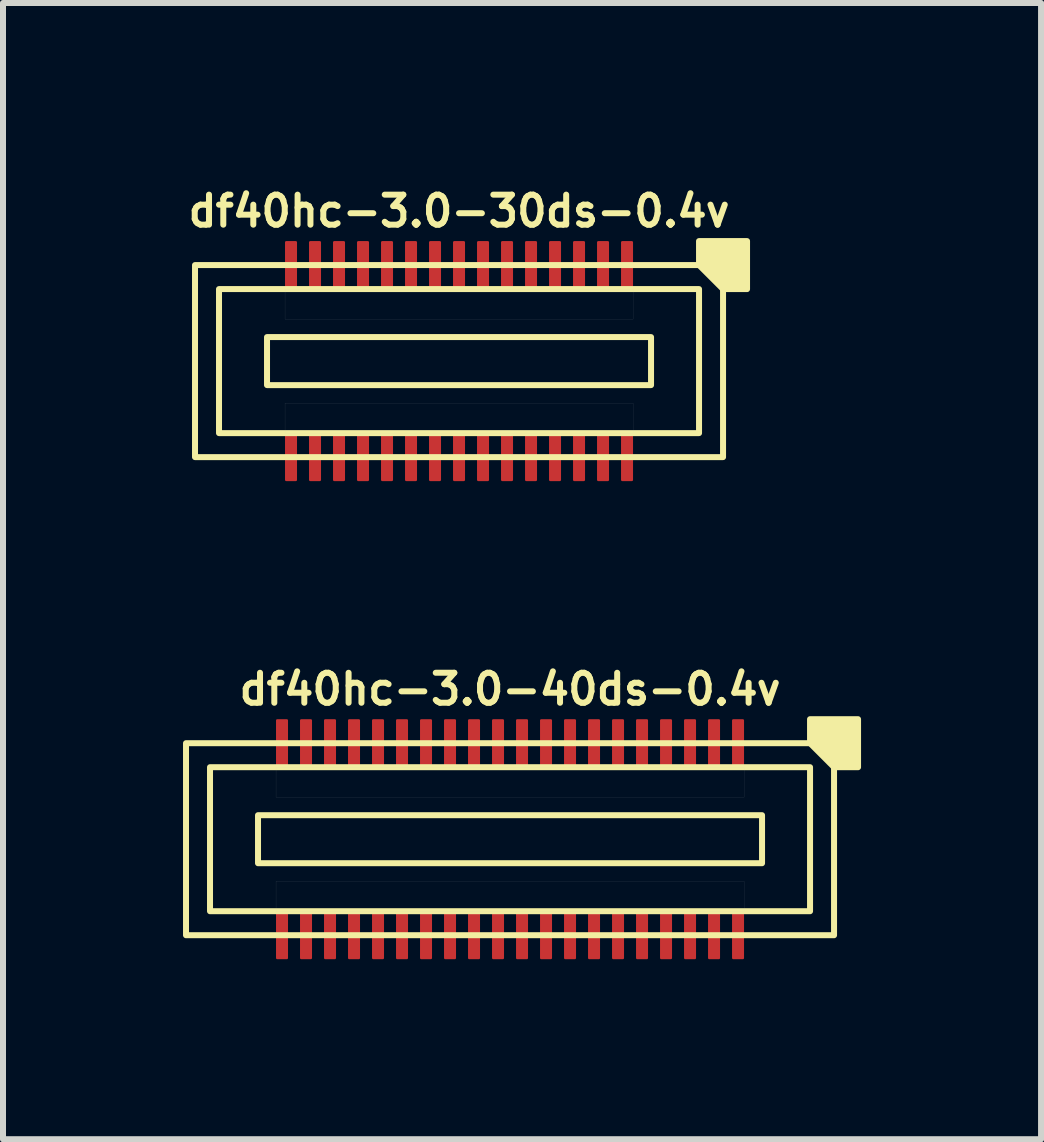
<source format=kicad_pcb>
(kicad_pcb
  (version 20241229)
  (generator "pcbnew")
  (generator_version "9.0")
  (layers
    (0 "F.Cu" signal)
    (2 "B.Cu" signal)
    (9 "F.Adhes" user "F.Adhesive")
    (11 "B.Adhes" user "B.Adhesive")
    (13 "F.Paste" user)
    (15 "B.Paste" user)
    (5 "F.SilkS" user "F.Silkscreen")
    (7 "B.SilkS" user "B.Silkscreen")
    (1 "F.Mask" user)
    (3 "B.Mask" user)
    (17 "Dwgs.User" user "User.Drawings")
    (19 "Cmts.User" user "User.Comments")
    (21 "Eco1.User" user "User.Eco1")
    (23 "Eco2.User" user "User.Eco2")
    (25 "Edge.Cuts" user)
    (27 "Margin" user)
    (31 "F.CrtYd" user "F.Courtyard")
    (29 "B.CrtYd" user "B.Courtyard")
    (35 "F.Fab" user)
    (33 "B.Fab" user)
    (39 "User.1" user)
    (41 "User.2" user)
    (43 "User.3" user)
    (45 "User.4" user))
  (footprint "df40hc-3.0-30ds-0.4v"
    (layer "F.Cu")
    (at 4.6 2.968)
    (property "Reference" "df40hc-3.0-30ds-0.4v" (at 0 -2.5 180) (layer "F.SilkS") (effects (font (size 0.5 0.5) (thickness 0.1))))
    (attr smd)
    (fp_rect (start -3.2 -0.4) (end 3.2 0.4) (stroke (width 0.1) (type default)) (fill no) (layer "F.SilkS"))
    (fp_rect (start 4 -1.2) (end -4 1.2) (stroke (width 0.1) (type default)) (fill no) (layer "F.SilkS"))
    (fp_rect (start 4.4 -1.6) (end -4.4 1.6) (stroke (width 0.1) (type default)) (fill no) (layer "F.SilkS"))
    (fp_poly (pts (xy 4 -1.6) (xy 4 -2) (xy 4.8 -2) (xy 4.8 -1.2) (xy 4.4 -1.2)) (stroke (width 0.1) (type solid)) (fill yes) (layer "F.SilkS"))
    (fp_poly (pts (xy -2.9 -1.2) (xy 2.9 -1.2) (xy 2.9 -0.7) (xy -2.9 -0.7)) (stroke (width 0.001) (type solid)) (fill no) (layer "Dwgs.User"))
    (fp_poly (pts (xy -2.9 0.7) (xy 2.9 0.7) (xy 2.9 1.2) (xy -2.9 1.2)) (stroke (width 0.001) (type solid)) (fill no) (layer "Dwgs.User"))
    (pad "1" smd roundrect (at 2.8 -1.6) (size 0.2 0.8) (layers "F.Cu" "F.Mask" "F.Paste") (roundrect_rratio 0.1))
    (pad "2" smd roundrect (at 2.8 1.6) (size 0.2 0.8) (layers "F.Cu" "F.Mask" "F.Paste") (roundrect_rratio 0.1))
    (pad "3" smd roundrect (at 2.4 -1.6) (size 0.2 0.8) (layers "F.Cu" "F.Mask" "F.Paste") (roundrect_rratio 0.1))
    (pad "4" smd roundrect (at 2.4 1.6) (size 0.2 0.8) (layers "F.Cu" "F.Mask" "F.Paste") (roundrect_rratio 0.1))
    (pad "5" smd roundrect (at 2 -1.6) (size 0.2 0.8) (layers "F.Cu" "F.Mask" "F.Paste") (roundrect_rratio 0.1))
    (pad "6" smd roundrect (at 2 1.6) (size 0.2 0.8) (layers "F.Cu" "F.Mask" "F.Paste") (roundrect_rratio 0.1))
    (pad "7" smd roundrect (at 1.6 -1.6) (size 0.2 0.8) (layers "F.Cu" "F.Mask" "F.Paste") (roundrect_rratio 0.1))
    (pad "8" smd roundrect (at 1.6 1.6) (size 0.2 0.8) (layers "F.Cu" "F.Mask" "F.Paste") (roundrect_rratio 0.1))
    (pad "9" smd roundrect (at 1.2 -1.6) (size 0.2 0.8) (layers "F.Cu" "F.Mask" "F.Paste") (roundrect_rratio 0.1))
    (pad "10" smd roundrect (at 1.2 1.6) (size 0.2 0.8) (layers "F.Cu" "F.Mask" "F.Paste") (roundrect_rratio 0.1))
    (pad "11" smd roundrect (at 0.8 -1.6) (size 0.2 0.8) (layers "F.Cu" "F.Mask" "F.Paste") (roundrect_rratio 0.1))
    (pad "12" smd roundrect (at 0.8 1.6) (size 0.2 0.8) (layers "F.Cu" "F.Mask" "F.Paste") (roundrect_rratio 0.1))
    (pad "13" smd roundrect (at 0.4 -1.6) (size 0.2 0.8) (layers "F.Cu" "F.Mask" "F.Paste") (roundrect_rratio 0.1))
    (pad "14" smd roundrect (at 0.4 1.6) (size 0.2 0.8) (layers "F.Cu" "F.Mask" "F.Paste") (roundrect_rratio 0.1))
    (pad "15" smd roundrect (at 0 -1.6) (size 0.2 0.8) (layers "F.Cu" "F.Mask" "F.Paste") (roundrect_rratio 0.1))
    (pad "16" smd roundrect (at 0 1.6) (size 0.2 0.8) (layers "F.Cu" "F.Mask" "F.Paste") (roundrect_rratio 0.1))
    (pad "17" smd roundrect (at -0.4 -1.6) (size 0.2 0.8) (layers "F.Cu" "F.Mask" "F.Paste") (roundrect_rratio 0.1))
    (pad "18" smd roundrect (at -0.4 1.6) (size 0.2 0.8) (layers "F.Cu" "F.Mask" "F.Paste") (roundrect_rratio 0.1))
    (pad "19" smd roundrect (at -0.8 -1.6) (size 0.2 0.8) (layers "F.Cu" "F.Mask" "F.Paste") (roundrect_rratio 0.1))
    (pad "20" smd roundrect (at -0.8 1.6) (size 0.2 0.8) (layers "F.Cu" "F.Mask" "F.Paste") (roundrect_rratio 0.1))
    (pad "21" smd roundrect (at -1.2 -1.6) (size 0.2 0.8) (layers "F.Cu" "F.Mask" "F.Paste") (roundrect_rratio 0.1))
    (pad "22" smd roundrect (at -1.2 1.6) (size 0.2 0.8) (layers "F.Cu" "F.Mask" "F.Paste") (roundrect_rratio 0.1))
    (pad "23" smd roundrect (at -1.6 -1.6) (size 0.2 0.8) (layers "F.Cu" "F.Mask" "F.Paste") (roundrect_rratio 0.1))
    (pad "24" smd roundrect (at -1.6 1.6) (size 0.2 0.8) (layers "F.Cu" "F.Mask" "F.Paste") (roundrect_rratio 0.1))
    (pad "25" smd roundrect (at -2 -1.6) (size 0.2 0.8) (layers "F.Cu" "F.Mask" "F.Paste") (roundrect_rratio 0.1))
    (pad "26" smd roundrect (at -2 1.6) (size 0.2 0.8) (layers "F.Cu" "F.Mask" "F.Paste") (roundrect_rratio 0.1))
    (pad "27" smd roundrect (at -2.4 -1.6) (size 0.2 0.8) (layers "F.Cu" "F.Mask" "F.Paste") (roundrect_rratio 0.1))
    (pad "28" smd roundrect (at -2.4 1.6) (size 0.2 0.8) (layers "F.Cu" "F.Mask" "F.Paste") (roundrect_rratio 0.1))
    (pad "29" smd roundrect (at -2.8 -1.6) (size 0.2 0.8) (layers "F.Cu" "F.Mask" "F.Paste") (roundrect_rratio 0.1))
    (pad "30" smd roundrect (at -2.8 1.6) (size 0.2 0.8) (layers "F.Cu" "F.Mask" "F.Paste") (roundrect_rratio 0.1)))
  (footprint "df40hc-3.0-40ds-0.4v"
    (layer "F.Cu")
    (at 5.45 10.936)
    (property "Reference" "df40hc-3.0-40ds-0.4v" (at 0 -2.5 180) (layer "F.SilkS") (effects (font (size 0.5 0.5) (thickness 0.1))))
    (attr smd)
    (fp_rect (start -4.2 -0.4) (end 4.2 0.4) (stroke (width 0.1) (type default)) (fill no) (layer "F.SilkS"))
    (fp_rect (start 5 -1.2) (end -5 1.2) (stroke (width 0.1) (type default)) (fill no) (layer "F.SilkS"))
    (fp_rect (start 5.4 -1.6) (end -5.4 1.6) (stroke (width 0.1) (type default)) (fill no) (layer "F.SilkS"))
    (fp_poly (pts (xy 5 -1.6) (xy 5 -2) (xy 5.8 -2) (xy 5.8 -1.2) (xy 5.4 -1.2)) (stroke (width 0.1) (type solid)) (fill yes) (layer "F.SilkS"))
    (fp_poly (pts (xy -3.9 -1.2) (xy 3.9 -1.2) (xy 3.9 -0.7) (xy -3.9 -0.7)) (stroke (width 0.001) (type solid)) (fill no) (layer "Dwgs.User"))
    (fp_poly (pts (xy -3.9 0.7) (xy 3.9 0.7) (xy 3.9 1.2) (xy -3.9 1.2)) (stroke (width 0.001) (type solid)) (fill no) (layer "Dwgs.User"))
    (pad "1" smd roundrect (at 3.8 -1.6) (size 0.2 0.8) (layers "F.Cu" "F.Mask" "F.Paste") (roundrect_rratio 0.1))
    (pad "2" smd roundrect (at 3.8 1.6) (size 0.2 0.8) (layers "F.Cu" "F.Mask" "F.Paste") (roundrect_rratio 0.1))
    (pad "3" smd roundrect (at 3.4 -1.6) (size 0.2 0.8) (layers "F.Cu" "F.Mask" "F.Paste") (roundrect_rratio 0.1))
    (pad "4" smd roundrect (at 3.4 1.6) (size 0.2 0.8) (layers "F.Cu" "F.Mask" "F.Paste") (roundrect_rratio 0.1))
    (pad "5" smd roundrect (at 3 -1.6) (size 0.2 0.8) (layers "F.Cu" "F.Mask" "F.Paste") (roundrect_rratio 0.1))
    (pad "6" smd roundrect (at 3 1.6) (size 0.2 0.8) (layers "F.Cu" "F.Mask" "F.Paste") (roundrect_rratio 0.1))
    (pad "7" smd roundrect (at 2.6 -1.6) (size 0.2 0.8) (layers "F.Cu" "F.Mask" "F.Paste") (roundrect_rratio 0.1))
    (pad "8" smd roundrect (at 2.6 1.6) (size 0.2 0.8) (layers "F.Cu" "F.Mask" "F.Paste") (roundrect_rratio 0.1))
    (pad "9" smd roundrect (at 2.2 -1.6) (size 0.2 0.8) (layers "F.Cu" "F.Mask" "F.Paste") (roundrect_rratio 0.1))
    (pad "10" smd roundrect (at 2.2 1.6) (size 0.2 0.8) (layers "F.Cu" "F.Mask" "F.Paste") (roundrect_rratio 0.1))
    (pad "11" smd roundrect (at 1.8 -1.6) (size 0.2 0.8) (layers "F.Cu" "F.Mask" "F.Paste") (roundrect_rratio 0.1))
    (pad "12" smd roundrect (at 1.8 1.6) (size 0.2 0.8) (layers "F.Cu" "F.Mask" "F.Paste") (roundrect_rratio 0.1))
    (pad "13" smd roundrect (at 1.4 -1.6) (size 0.2 0.8) (layers "F.Cu" "F.Mask" "F.Paste") (roundrect_rratio 0.1))
    (pad "14" smd roundrect (at 1.4 1.6) (size 0.2 0.8) (layers "F.Cu" "F.Mask" "F.Paste") (roundrect_rratio 0.1))
    (pad "15" smd roundrect (at 1 -1.6) (size 0.2 0.8) (layers "F.Cu" "F.Mask" "F.Paste") (roundrect_rratio 0.1))
    (pad "16" smd roundrect (at 1 1.6) (size 0.2 0.8) (layers "F.Cu" "F.Mask" "F.Paste") (roundrect_rratio 0.1))
    (pad "17" smd roundrect (at 0.6 -1.6) (size 0.2 0.8) (layers "F.Cu" "F.Mask" "F.Paste") (roundrect_rratio 0.1))
    (pad "18" smd roundrect (at 0.6 1.6) (size 0.2 0.8) (layers "F.Cu" "F.Mask" "F.Paste") (roundrect_rratio 0.1))
    (pad "19" smd roundrect (at 0.2 -1.6) (size 0.2 0.8) (layers "F.Cu" "F.Mask" "F.Paste") (roundrect_rratio 0.1))
    (pad "20" smd roundrect (at 0.2 1.6) (size 0.2 0.8) (layers "F.Cu" "F.Mask" "F.Paste") (roundrect_rratio 0.1))
    (pad "21" smd roundrect (at -0.2 -1.6) (size 0.2 0.8) (layers "F.Cu" "F.Mask" "F.Paste") (roundrect_rratio 0.1))
    (pad "22" smd roundrect (at -0.2 1.6) (size 0.2 0.8) (layers "F.Cu" "F.Mask" "F.Paste") (roundrect_rratio 0.1))
    (pad "23" smd roundrect (at -0.6 -1.6) (size 0.2 0.8) (layers "F.Cu" "F.Mask" "F.Paste") (roundrect_rratio 0.1))
    (pad "24" smd roundrect (at -0.6 1.6) (size 0.2 0.8) (layers "F.Cu" "F.Mask" "F.Paste") (roundrect_rratio 0.1))
    (pad "25" smd roundrect (at -1 -1.6) (size 0.2 0.8) (layers "F.Cu" "F.Mask" "F.Paste") (roundrect_rratio 0.1))
    (pad "26" smd roundrect (at -1 1.6) (size 0.2 0.8) (layers "F.Cu" "F.Mask" "F.Paste") (roundrect_rratio 0.1))
    (pad "27" smd roundrect (at -1.4 -1.6) (size 0.2 0.8) (layers "F.Cu" "F.Mask" "F.Paste") (roundrect_rratio 0.1))
    (pad "28" smd roundrect (at -1.4 1.6) (size 0.2 0.8) (layers "F.Cu" "F.Mask" "F.Paste") (roundrect_rratio 0.1))
    (pad "29" smd roundrect (at -1.8 -1.6) (size 0.2 0.8) (layers "F.Cu" "F.Mask" "F.Paste") (roundrect_rratio 0.1))
    (pad "30" smd roundrect (at -1.8 1.6) (size 0.2 0.8) (layers "F.Cu" "F.Mask" "F.Paste") (roundrect_rratio 0.1))
    (pad "31" smd roundrect (at -2.2 -1.6) (size 0.2 0.8) (layers "F.Cu" "F.Mask" "F.Paste") (roundrect_rratio 0.1))
    (pad "32" smd roundrect (at -2.2 1.6) (size 0.2 0.8) (layers "F.Cu" "F.Mask" "F.Paste") (roundrect_rratio 0.1))
    (pad "33" smd roundrect (at -2.6 -1.6) (size 0.2 0.8) (layers "F.Cu" "F.Mask" "F.Paste") (roundrect_rratio 0.1))
    (pad "34" smd roundrect (at -2.6 1.6) (size 0.2 0.8) (layers "F.Cu" "F.Mask" "F.Paste") (roundrect_rratio 0.1))
    (pad "35" smd roundrect (at -3 -1.6) (size 0.2 0.8) (layers "F.Cu" "F.Mask" "F.Paste") (roundrect_rratio 0.1))
    (pad "36" smd roundrect (at -3 1.6) (size 0.2 0.8) (layers "F.Cu" "F.Mask" "F.Paste") (roundrect_rratio 0.1))
    (pad "37" smd roundrect (at -3.4 -1.6) (size 0.2 0.8) (layers "F.Cu" "F.Mask" "F.Paste") (roundrect_rratio 0.1))
    (pad "38" smd roundrect (at -3.4 1.6) (size 0.2 0.8) (layers "F.Cu" "F.Mask" "F.Paste") (roundrect_rratio 0.1))
    (pad "39" smd roundrect (at -3.8 -1.6) (size 0.2 0.8) (layers "F.Cu" "F.Mask" "F.Paste") (roundrect_rratio 0.1))
    (pad "40" smd roundrect (at -3.8 1.6) (size 0.2 0.8) (layers "F.Cu" "F.Mask" "F.Paste") (roundrect_rratio 0.1)))
  (gr_rect
    (start -3 -3)
    (end 14.3 15.936)
    (stroke (width 0.1) (type default))
    (fill no)
    (layer "Edge.Cuts")))
</source>
